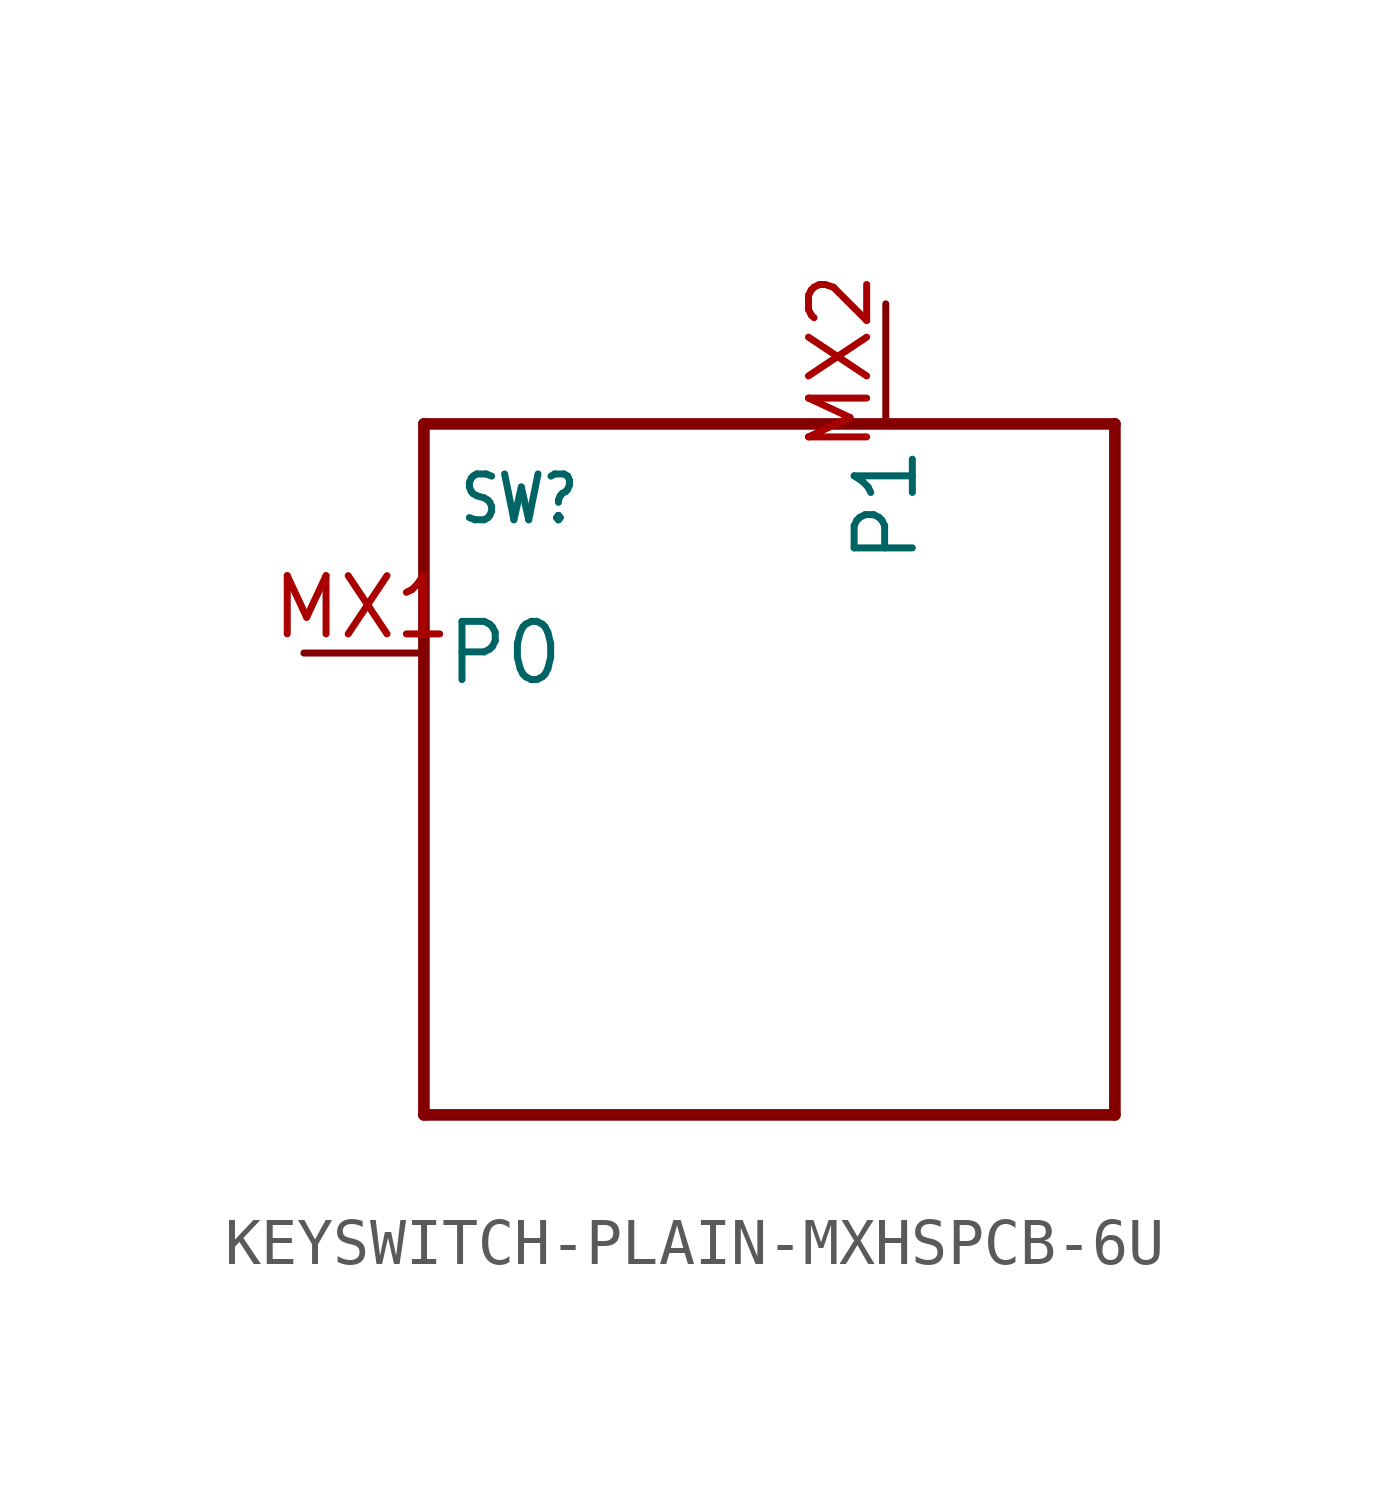
<source format=kicad_sym>
(kicad_symbol_lib
  (version 20211014)
  (generator kicad_symbol_editor)
  (symbol "KEYSWITCH-PLAIN-MXHSPCB-6U"
    (property "Reference" "SW"
      (at -6.81 5.318 0)
      (effects (font (size 1 0.85)) (justify left bottom)))
    (property "ki_locked" ""
      (at 0 0 0)
      (effects (font (size 1.27 1.27))))
    (symbol "KEYSWITCH-PLAIN-MXHSPCB-6U_1_0"
      (polyline (pts (xy -7.54 -7.54) (xy -7.54 7.54)) (stroke (width 0.254) (type default) (color 0 0 0 0)) (fill (type none)))
      (polyline (pts (xy -7.54 7.54) (xy 7.54 7.54)) (stroke (width 0.254) (type default) (color 0 0 0 0)) (fill (type none)))
      (polyline (pts (xy 7.54 -7.54) (xy -7.54 -7.54)) (stroke (width 0.254) (type default) (color 0 0 0 0)) (fill (type none)))
      (polyline (pts (xy 7.54 7.54) (xy 7.54 -7.54)) (stroke (width 0.254) (type default) (color 0 0 0 0)) (fill (type none)))
      (pin bidirectional line (at -10.16 2.54 0) (length 2.54) (name "P0" (effects (font (size 1.27 1.27)))) (number "MX1" (effects (font (size 1.27 1.27)))))
      (pin bidirectional line (at 2.54 10.16 270) (length 2.54) (name "P1" (effects (font (size 1.27 1.27)))) (number "MX2" (effects (font (size 1.27 1.27))))))))
</source>
